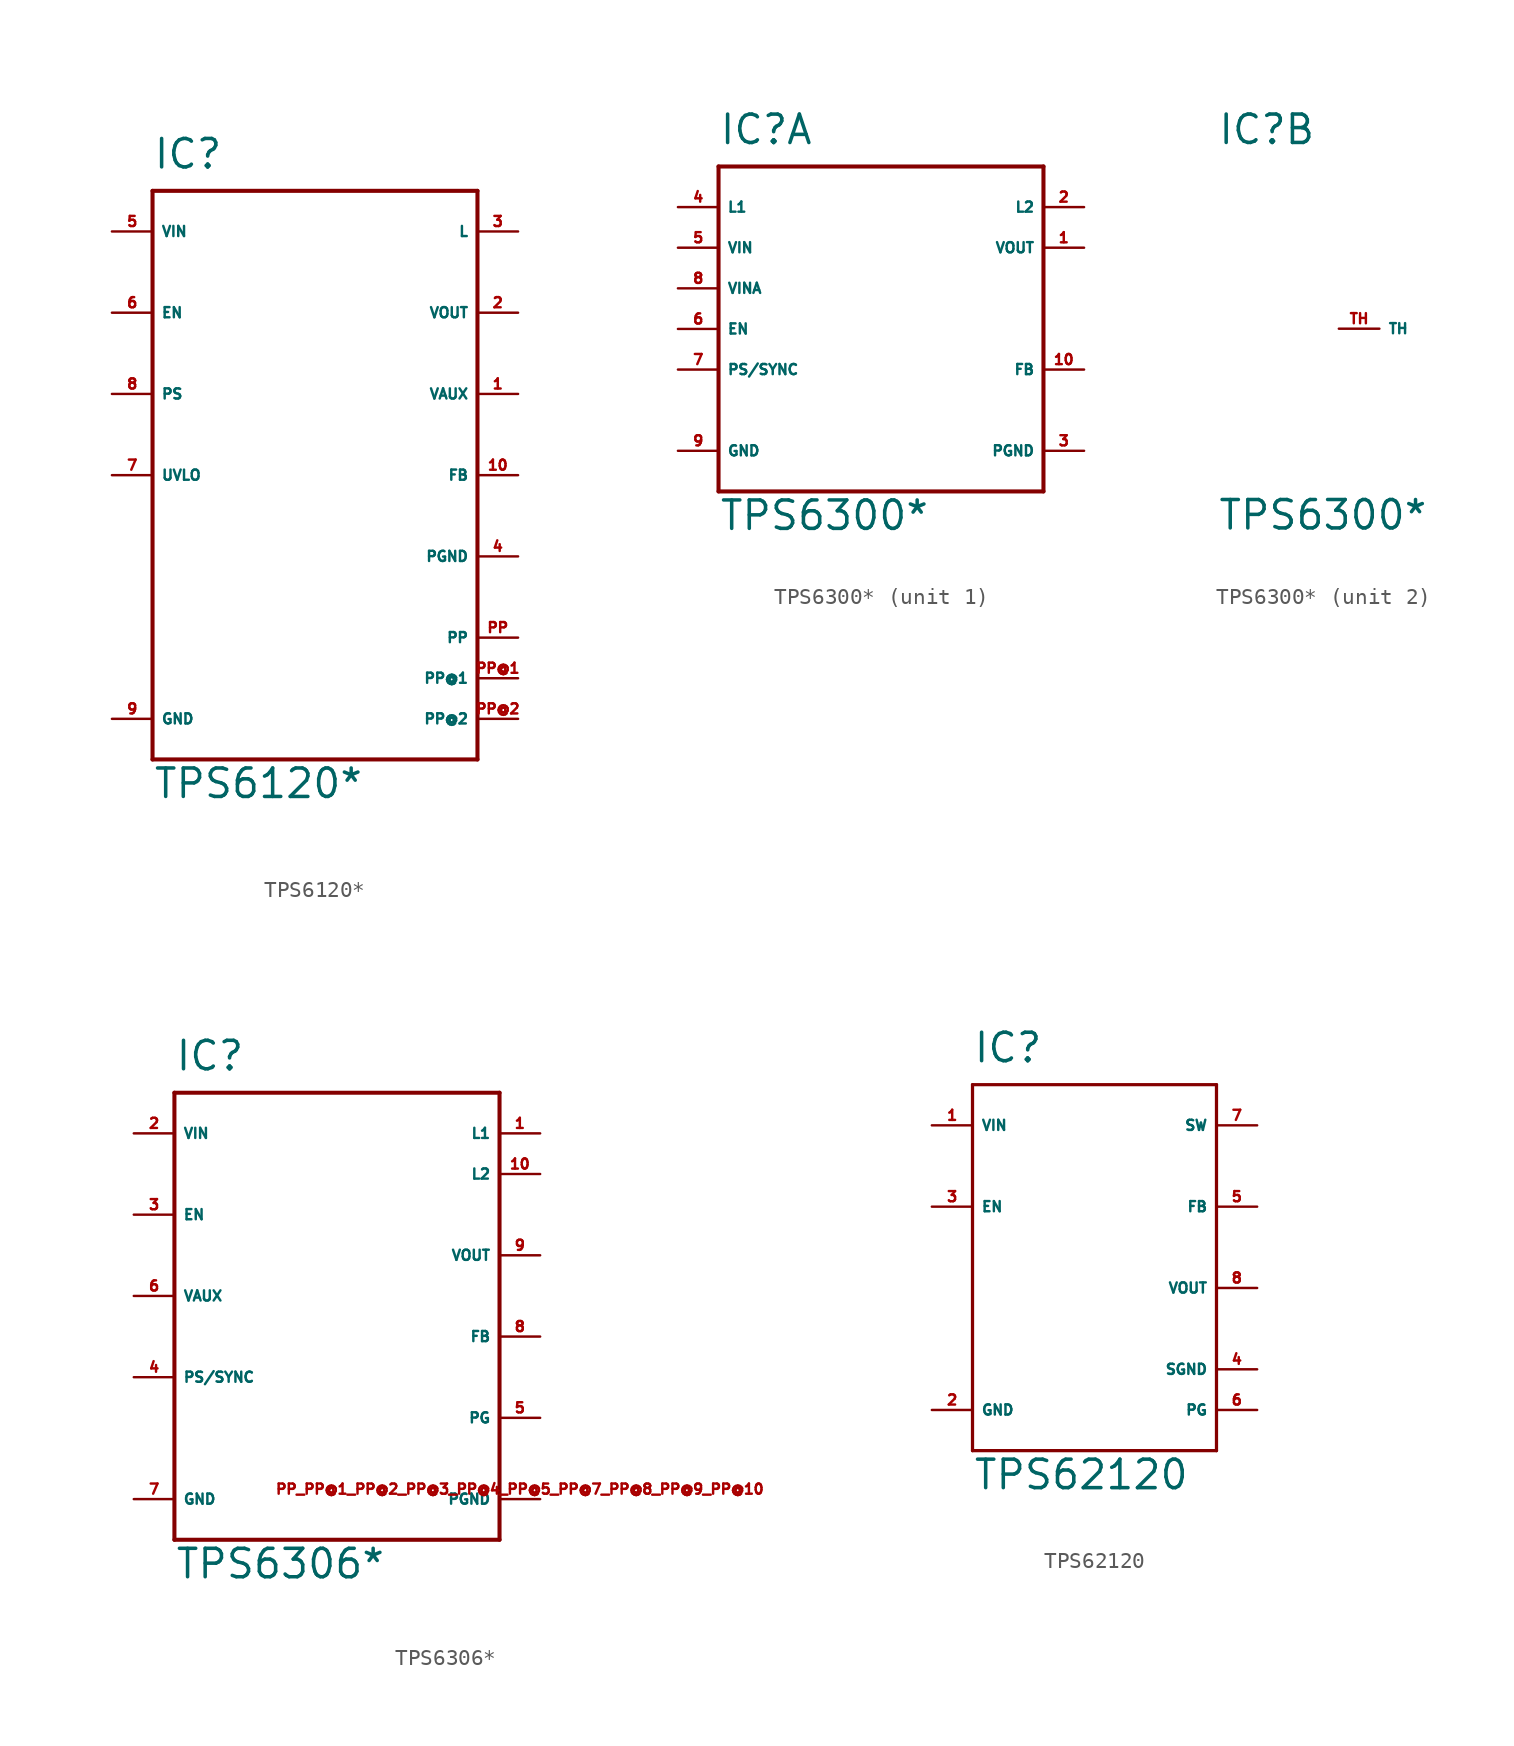
<source format=kicad_sym>
(kicad_symbol_lib
  (version 20220914)
  (generator Eagle2Kicad)
  (symbol "TPS6120*"
    (property "Reference" "IC"
      (at -10.16 19.05 0)
      (effects (font (size 1.778 1.778) (thickness 0.22)) (justify left bottom)))
    (property "Value" "TPS6120*"
      (at -10.16 -20.32 0)
      (effects (font (size 1.778 1.778) (thickness 0.22)) (justify left bottom)))
    (polyline
      (pts (xy -10.16 17.78) (xy 10.16 17.78))
      (stroke (width 0.254) (type default))
      (fill (type none)))
    (polyline
      (pts (xy 10.16 17.78) (xy 10.16 -17.78))
      (stroke (width 0.254) (type default))
      (fill (type none)))
    (polyline
      (pts (xy 10.16 -17.78) (xy -10.16 -17.78))
      (stroke (width 0.254) (type default))
      (fill (type none)))
    (polyline
      (pts (xy -10.16 -17.78) (xy -10.16 17.78))
      (stroke (width 0.254) (type default))
      (fill (type none)))
    (pin input line
      (at -12.7 15.24 0)
      (length 2.54)
      (name "VIN" (effects (font (size 0.635 0.635) (thickness 0.08)) (justify left bottom)))
      (number "5" (effects (font (size 0.635 0.635) (thickness 0.08)) (justify left bottom))))
    (pin input line
      (at -12.7 10.16 0)
      (length 2.54)
      (name "EN" (effects (font (size 0.635 0.635) (thickness 0.08)) (justify left bottom)))
      (number "6" (effects (font (size 0.635 0.635) (thickness 0.08)) (justify left bottom))))
    (pin input line
      (at -12.7 5.08 0)
      (length 2.54)
      (name "PS" (effects (font (size 0.635 0.635) (thickness 0.08)) (justify left bottom)))
      (number "8" (effects (font (size 0.635 0.635) (thickness 0.08)) (justify left bottom))))
    (pin input line
      (at -12.7 0 0)
      (length 2.54)
      (name "UVLO" (effects (font (size 0.635 0.635) (thickness 0.08)) (justify left bottom)))
      (number "7" (effects (font (size 0.635 0.635) (thickness 0.08)) (justify left bottom))))
    (pin input line
      (at 12.7 0 180)
      (length 2.54)
      (name "FB" (effects (font (size 0.635 0.635) (thickness 0.08)) (justify left bottom)))
      (number "10" (effects (font (size 0.635 0.635) (thickness 0.08)) (justify left bottom))))
    (pin bidirectional line
      (at 12.7 5.08 180)
      (length 2.54)
      (name "VAUX" (effects (font (size 0.635 0.635) (thickness 0.08)) (justify left bottom)))
      (number "1" (effects (font (size 0.635 0.635) (thickness 0.08)) (justify left bottom))))
    (pin passive line
      (at 12.7 10.16 180)
      (length 2.54)
      (name "VOUT" (effects (font (size 0.635 0.635) (thickness 0.08)) (justify left bottom)))
      (number "2" (effects (font (size 0.635 0.635) (thickness 0.08)) (justify left bottom))))
    (pin input line
      (at 12.7 15.24 180)
      (length 2.54)
      (name "L" (effects (font (size 0.635 0.635) (thickness 0.08)) (justify left bottom)))
      (number "3" (effects (font (size 0.635 0.635) (thickness 0.08)) (justify left bottom))))
    (pin unspecified line
      (at -12.7 -15.24 0)
      (length 2.54)
      (name "GND" (effects (font (size 0.635 0.635) (thickness 0.08)) (justify left bottom)))
      (number "9" (effects (font (size 0.635 0.635) (thickness 0.08)) (justify left bottom))))
    (pin unspecified line
      (at 12.7 -5.08 180)
      (length 2.54)
      (name "PGND" (effects (font (size 0.635 0.635) (thickness 0.08)) (justify left bottom)))
      (number "4" (effects (font (size 0.635 0.635) (thickness 0.08)) (justify left bottom))))
    (pin unspecified line
      (at 12.7 -10.16 180)
      (length 2.54)
      (name "PP" (effects (font (size 0.635 0.635) (thickness 0.08)) (justify left bottom)))
      (number "PP" (effects (font (size 0.635 0.635) (thickness 0.08)) (justify left bottom))))
    (pin unspecified line
      (at 12.7 -12.7 180)
      (length 2.54)
      (name "PP@1" (effects (font (size 0.635 0.635) (thickness 0.08)) (justify left bottom)))
      (number "PP@1" (effects (font (size 0.635 0.635) (thickness 0.08)) (justify left bottom))))
    (pin unspecified line
      (at 12.7 -15.24 180)
      (length 2.54)
      (name "PP@2" (effects (font (size 0.635 0.635) (thickness 0.08)) (justify left bottom)))
      (number "PP@2" (effects (font (size 0.635 0.635) (thickness 0.08)) (justify left bottom)))))
  (symbol "TPS6300*"
    (property "Reference" "IC"
      (at -10.16 11.43 0)
      (effects (font (size 1.778 1.778) (thickness 0.22)) (justify left bottom)))
    (property "Value" "TPS6300*"
      (at -10.16 -12.7 0)
      (effects (font (size 1.778 1.778) (thickness 0.22)) (justify left bottom)))
    (symbol "TPS6300*_1_0"
      (polyline (pts (xy -10.16 10.16) (xy -10.16 -10.16)) (stroke (width 0.254) (type default)) (fill (type none)))
      (polyline (pts (xy -10.16 -10.16) (xy 10.16 -10.16)) (stroke (width 0.254) (type default)) (fill (type none)))
      (polyline (pts (xy 10.16 -10.16) (xy 10.16 10.16)) (stroke (width 0.254) (type default)) (fill (type none)))
      (polyline (pts (xy 10.16 10.16) (xy -10.16 10.16)) (stroke (width 0.254) (type default)) (fill (type none)))
      (pin passive line (at -12.7 7.62 0) (length 2.54) (name "L1" (effects (font (size 0.635 0.635) (thickness 0.08)) (justify left bottom))) (number "4" (effects (font (size 0.635 0.635) (thickness 0.08)) (justify left bottom))))
      (pin passive line (at 12.7 7.62 180) (length 2.54) (name "L2" (effects (font (size 0.635 0.635) (thickness 0.08)) (justify left bottom))) (number "2" (effects (font (size 0.635 0.635) (thickness 0.08)) (justify left bottom))))
      (pin input line (at -12.7 5.08 0) (length 2.54) (name "VIN" (effects (font (size 0.635 0.635) (thickness 0.08)) (justify left bottom))) (number "5" (effects (font (size 0.635 0.635) (thickness 0.08)) (justify left bottom))))
      (pin input line (at -12.7 2.54 0) (length 2.54) (name "VINA" (effects (font (size 0.635 0.635) (thickness 0.08)) (justify left bottom))) (number "8" (effects (font (size 0.635 0.635) (thickness 0.08)) (justify left bottom))))
      (pin input line (at -12.7 0 0) (length 2.54) (name "EN" (effects (font (size 0.635 0.635) (thickness 0.08)) (justify left bottom))) (number "6" (effects (font (size 0.635 0.635) (thickness 0.08)) (justify left bottom))))
      (pin input line (at -12.7 -2.54 0) (length 2.54) (name "PS/SYNC" (effects (font (size 0.635 0.635) (thickness 0.08)) (justify left bottom))) (number "7" (effects (font (size 0.635 0.635) (thickness 0.08)) (justify left bottom))))
      (pin input line (at 12.7 -2.54 180) (length 2.54) (name "FB" (effects (font (size 0.635 0.635) (thickness 0.08)) (justify left bottom))) (number "10" (effects (font (size 0.635 0.635) (thickness 0.08)) (justify left bottom))))
      (pin output line (at 12.7 5.08 180) (length 2.54) (name "VOUT" (effects (font (size 0.635 0.635) (thickness 0.08)) (justify left bottom))) (number "1" (effects (font (size 0.635 0.635) (thickness 0.08)) (justify left bottom))))
      (pin unspecified line (at -12.7 -7.62 0) (length 2.54) (name "GND" (effects (font (size 0.635 0.635) (thickness 0.08)) (justify left bottom))) (number "9" (effects (font (size 0.635 0.635) (thickness 0.08)) (justify left bottom))))
      (pin unspecified line (at 12.7 -7.62 180) (length 2.54) (name "PGND" (effects (font (size 0.635 0.635) (thickness 0.08)) (justify left bottom))) (number "3" (effects (font (size 0.635 0.635) (thickness 0.08)) (justify left bottom)))))
    (symbol "TPS6300*_2_0"
      (pin passive line (at -2.54 0 0) (length 2.54) (name "TH" (effects (font (size 0.635 0.635) (thickness 0.08)) (justify left bottom))) (number "TH" (effects (font (size 0.635 0.635) (thickness 0.08)) (justify left bottom))))))
  (symbol "TPS6306*"
    (property "Reference" "IC"
      (at -10.16 13.97 0)
      (effects (font (size 1.778 1.778) (thickness 0.22)) (justify left bottom)))
    (property "Value" "TPS6306*"
      (at -10.16 -17.78 0)
      (effects (font (size 1.778 1.778) (thickness 0.22)) (justify left bottom)))
    (polyline
      (pts (xy -10.16 12.7) (xy -10.16 -15.24))
      (stroke (width 0.254) (type default))
      (fill (type none)))
    (polyline
      (pts (xy -10.16 -15.24) (xy 10.16 -15.24))
      (stroke (width 0.254) (type default))
      (fill (type none)))
    (polyline
      (pts (xy 10.16 -15.24) (xy 10.16 12.7))
      (stroke (width 0.254) (type default))
      (fill (type none)))
    (polyline
      (pts (xy 10.16 12.7) (xy -10.16 12.7))
      (stroke (width 0.254) (type default))
      (fill (type none)))
    (pin input line
      (at -12.7 5.08 0)
      (length 2.54)
      (name "EN" (effects (font (size 0.635 0.635) (thickness 0.08)) (justify left bottom)))
      (number "3" (effects (font (size 0.635 0.635) (thickness 0.08)) (justify left bottom))))
    (pin input line
      (at 12.7 -2.54 180)
      (length 2.54)
      (name "FB" (effects (font (size 0.635 0.635) (thickness 0.08)) (justify left bottom)))
      (number "8" (effects (font (size 0.635 0.635) (thickness 0.08)) (justify left bottom))))
    (pin input line
      (at -12.7 -12.7 0)
      (length 2.54)
      (name "GND" (effects (font (size 0.635 0.635) (thickness 0.08)) (justify left bottom)))
      (number "7" (effects (font (size 0.635 0.635) (thickness 0.08)) (justify left bottom))))
    (pin input line
      (at 12.7 10.16 180)
      (length 2.54)
      (name "L1" (effects (font (size 0.635 0.635) (thickness 0.08)) (justify left bottom)))
      (number "1" (effects (font (size 0.635 0.635) (thickness 0.08)) (justify left bottom))))
    (pin input line
      (at 12.7 7.62 180)
      (length 2.54)
      (name "L2" (effects (font (size 0.635 0.635) (thickness 0.08)) (justify left bottom)))
      (number "10" (effects (font (size 0.635 0.635) (thickness 0.08)) (justify left bottom))))
    (pin input line
      (at -12.7 -5.08 0)
      (length 2.54)
      (name "PS/SYNC" (effects (font (size 0.635 0.635) (thickness 0.08)) (justify left bottom)))
      (number "4" (effects (font (size 0.635 0.635) (thickness 0.08)) (justify left bottom))))
    (pin output line
      (at 12.7 -7.62 180)
      (length 2.54)
      (name "PG" (effects (font (size 0.635 0.635) (thickness 0.08)) (justify left bottom)))
      (number "5" (effects (font (size 0.635 0.635) (thickness 0.08)) (justify left bottom))))
    (pin unspecified line
      (at 12.7 -12.7 180)
      (length 2.54)
      (name "PGND" (effects (font (size 0.635 0.635) (thickness 0.08)) (justify left bottom)))
      (number "PP PP@1 PP@2 PP@3 PP@4 PP@5 PP@7 PP@8 PP@9 PP@10" (effects (font (size 0.635 0.635) (thickness 0.08)) (justify left bottom))))
    (pin input line
      (at -12.7 10.16 0)
      (length 2.54)
      (name "VIN" (effects (font (size 0.635 0.635) (thickness 0.08)) (justify left bottom)))
      (number "2" (effects (font (size 0.635 0.635) (thickness 0.08)) (justify left bottom))))
    (pin output line
      (at 12.7 2.54 180)
      (length 2.54)
      (name "VOUT" (effects (font (size 0.635 0.635) (thickness 0.08)) (justify left bottom)))
      (number "9" (effects (font (size 0.635 0.635) (thickness 0.08)) (justify left bottom))))
    (pin unspecified line
      (at -12.7 0 0)
      (length 2.54)
      (name "VAUX" (effects (font (size 0.635 0.635) (thickness 0.08)) (justify left bottom)))
      (number "6" (effects (font (size 0.635 0.635) (thickness 0.08)) (justify left bottom)))))
  (symbol "TPS62120"
    (property "Reference" "IC"
      (at -7.62 11.43 0)
      (effects (font (size 1.778 1.778) (thickness 0.22)) (justify left bottom)))
    (property "Value" "TPS62120"
      (at -7.62 -15.24 0)
      (effects (font (size 1.778 1.778) (thickness 0.22)) (justify left bottom)))
    (polyline
      (pts (xy -7.62 10.16) (xy 7.62 10.16))
      (stroke (width 0.203) (type default))
      (fill (type none)))
    (polyline
      (pts (xy 7.62 10.16) (xy 7.62 -12.7))
      (stroke (width 0.203) (type default))
      (fill (type none)))
    (polyline
      (pts (xy 7.62 -12.7) (xy -7.62 -12.7))
      (stroke (width 0.203) (type default))
      (fill (type none)))
    (polyline
      (pts (xy -7.62 -12.7) (xy -7.62 10.16))
      (stroke (width 0.203) (type default))
      (fill (type none)))
    (pin input line
      (at -10.16 7.62 0)
      (length 2.54)
      (name "VIN" (effects (font (size 0.635 0.635) (thickness 0.08)) (justify left bottom)))
      (number "1" (effects (font (size 0.635 0.635) (thickness 0.08)) (justify left bottom))))
    (pin input line
      (at -10.16 2.54 0)
      (length 2.54)
      (name "EN" (effects (font (size 0.635 0.635) (thickness 0.08)) (justify left bottom)))
      (number "3" (effects (font (size 0.635 0.635) (thickness 0.08)) (justify left bottom))))
    (pin unspecified line
      (at -10.16 -10.16 0)
      (length 2.54)
      (name "GND" (effects (font (size 0.635 0.635) (thickness 0.08)) (justify left bottom)))
      (number "2" (effects (font (size 0.635 0.635) (thickness 0.08)) (justify left bottom))))
    (pin passive line
      (at 10.16 -10.16 180)
      (length 2.54)
      (name "PG" (effects (font (size 0.635 0.635) (thickness 0.08)) (justify left bottom)))
      (number "6" (effects (font (size 0.635 0.635) (thickness 0.08)) (justify left bottom))))
    (pin passive line
      (at 10.16 -7.62 180)
      (length 2.54)
      (name "SGND" (effects (font (size 0.635 0.635) (thickness 0.08)) (justify left bottom)))
      (number "4" (effects (font (size 0.635 0.635) (thickness 0.08)) (justify left bottom))))
    (pin output line
      (at 10.16 -2.54 180)
      (length 2.54)
      (name "VOUT" (effects (font (size 0.635 0.635) (thickness 0.08)) (justify left bottom)))
      (number "8" (effects (font (size 0.635 0.635) (thickness 0.08)) (justify left bottom))))
    (pin input line
      (at 10.16 2.54 180)
      (length 2.54)
      (name "FB" (effects (font (size 0.635 0.635) (thickness 0.08)) (justify left bottom)))
      (number "5" (effects (font (size 0.635 0.635) (thickness 0.08)) (justify left bottom))))
    (pin output line
      (at 10.16 7.62 180)
      (length 2.54)
      (name "SW" (effects (font (size 0.635 0.635) (thickness 0.08)) (justify left bottom)))
      (number "7" (effects (font (size 0.635 0.635) (thickness 0.08)) (justify left bottom))))))
</source>
